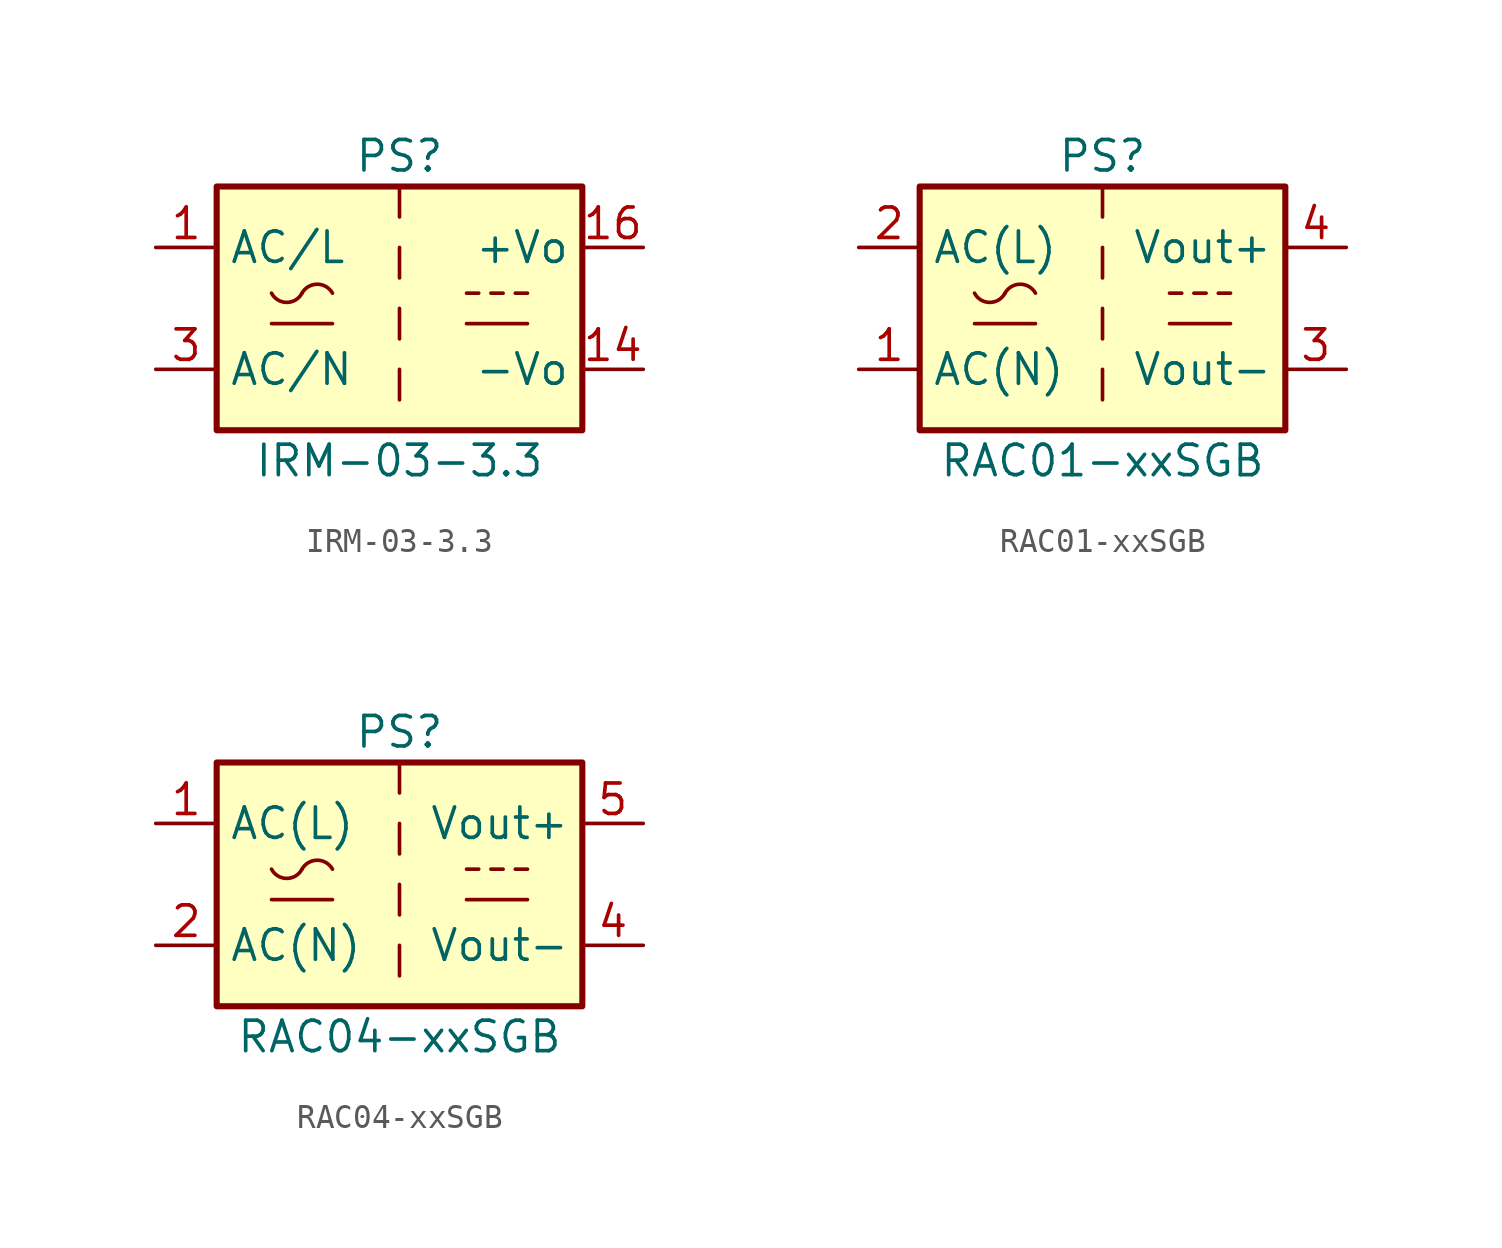
<source format=kicad_sym>
(kicad_symbol_lib
  (version 20211014)
  (generator kicad_symbol_editor)
  (symbol "IRM-03-3.3"
    (property "Reference" "PS"
      (at 0 6.35 0)
      (effects (font (size 1.27 1.27))))
    (property "Value" "IRM-03-3.3"
      (at 0 -6.35 0)
      (effects (font (size 1.27 1.27))))
    (symbol "IRM-03-3.3_0_1"
      (rectangle (start -7.62 5.08) (end 7.62 -5.08) (stroke (width 0.254) (type default) (color 0 0 0 0)) (fill (type background)))
      (arc (start -5.334 0.635) (mid -4.699 0.2495) (end -4.064 0.635) (stroke (width 0) (type default) (color 0 0 0 0)) (fill (type none)))
      (arc (start -2.794 0.635) (mid -3.429 1.0072) (end -4.064 0.635) (stroke (width 0) (type default) (color 0 0 0 0)) (fill (type none)))
      (polyline (pts (xy -5.334 -0.635) (xy -2.794 -0.635)) (stroke (width 0) (type default) (color 0 0 0 0)) (fill (type none)))
      (polyline (pts (xy 0 -2.54) (xy 0 -3.81)) (stroke (width 0) (type default) (color 0 0 0 0)) (fill (type none)))
      (polyline (pts (xy 0 0) (xy 0 -1.27)) (stroke (width 0) (type default) (color 0 0 0 0)) (fill (type none)))
      (polyline (pts (xy 0 2.54) (xy 0 1.27)) (stroke (width 0) (type default) (color 0 0 0 0)) (fill (type none)))
      (polyline (pts (xy 0 5.08) (xy 0 3.81)) (stroke (width 0) (type default) (color 0 0 0 0)) (fill (type none)))
      (polyline (pts (xy 2.794 -0.635) (xy 5.334 -0.635)) (stroke (width 0) (type default) (color 0 0 0 0)) (fill (type none)))
      (polyline (pts (xy 2.794 0.635) (xy 3.302 0.635)) (stroke (width 0) (type default) (color 0 0 0 0)) (fill (type none)))
      (polyline (pts (xy 3.81 0.635) (xy 4.318 0.635)) (stroke (width 0) (type default) (color 0 0 0 0)) (fill (type none)))
      (polyline (pts (xy 4.826 0.635) (xy 5.334 0.635)) (stroke (width 0) (type default) (color 0 0 0 0)) (fill (type none))))
    (symbol "IRM-03-3.3_1_1"
      (pin power_in line (at -10.16 2.54 0) (length 2.54) (name "AC/L" (effects (font (size 1.27 1.27)))) (number "1" (effects (font (size 1.27 1.27)))))
      (pin power_out line (at 10.16 -2.54 180) (length 2.54) (name "-Vo" (effects (font (size 1.27 1.27)))) (number "14" (effects (font (size 1.27 1.27)))))
      (pin power_out line (at 10.16 2.54 180) (length 2.54) (name "+Vo" (effects (font (size 1.27 1.27)))) (number "16" (effects (font (size 1.27 1.27)))))
      (pin power_in line (at -10.16 -2.54 0) (length 2.54) (name "AC/N" (effects (font (size 1.27 1.27)))) (number "3" (effects (font (size 1.27 1.27)))))
      (pin no_connect line (at -7.62 0 0) (length 2.54) hide (name "5" (effects (font (size 1.27 1.27)))) (number "NC" (effects (font (size 1.27 1.27)))))))
  (symbol "RAC01-xxSGB"
    (property "Reference" "PS"
      (at 0 6.35 0)
      (effects (font (size 1.27 1.27))))
    (property "Value" "RAC01-xxSGB"
      (at 0 -6.35 0)
      (effects (font (size 1.27 1.27))))
    (symbol "RAC01-xxSGB_1_1"
      (rectangle (start -7.62 5.08) (end 7.62 -5.08) (stroke (width 0.254) (type default) (color 0 0 0 0)) (fill (type background)))
      (arc (start -5.334 0.635) (mid -4.699 0.2495) (end -4.064 0.635) (stroke (width 0) (type default) (color 0 0 0 0)) (fill (type none)))
      (arc (start -2.794 0.635) (mid -3.429 1.0072) (end -4.064 0.635) (stroke (width 0) (type default) (color 0 0 0 0)) (fill (type none)))
      (polyline (pts (xy -5.334 -0.635) (xy -2.794 -0.635)) (stroke (width 0) (type default) (color 0 0 0 0)) (fill (type none)))
      (polyline (pts (xy 0 -2.54) (xy 0 -3.81)) (stroke (width 0) (type default) (color 0 0 0 0)) (fill (type none)))
      (polyline (pts (xy 0 0) (xy 0 -1.27)) (stroke (width 0) (type default) (color 0 0 0 0)) (fill (type none)))
      (polyline (pts (xy 0 2.54) (xy 0 1.27)) (stroke (width 0) (type default) (color 0 0 0 0)) (fill (type none)))
      (polyline (pts (xy 0 5.08) (xy 0 3.81)) (stroke (width 0) (type default) (color 0 0 0 0)) (fill (type none)))
      (polyline (pts (xy 2.794 -0.635) (xy 5.334 -0.635)) (stroke (width 0) (type default) (color 0 0 0 0)) (fill (type none)))
      (polyline (pts (xy 2.794 0.635) (xy 3.302 0.635)) (stroke (width 0) (type default) (color 0 0 0 0)) (fill (type none)))
      (polyline (pts (xy 3.81 0.635) (xy 4.318 0.635)) (stroke (width 0) (type default) (color 0 0 0 0)) (fill (type none)))
      (polyline (pts (xy 4.826 0.635) (xy 5.334 0.635)) (stroke (width 0) (type default) (color 0 0 0 0)) (fill (type none)))
      (pin power_in line (at -10.16 -2.54 0) (length 2.54) (name "AC(N)" (effects (font (size 1.27 1.27)))) (number "1" (effects (font (size 1.27 1.27)))))
      (pin power_in line (at -10.16 2.54 0) (length 2.54) (name "AC(L)" (effects (font (size 1.27 1.27)))) (number "2" (effects (font (size 1.27 1.27)))))
      (pin power_out line (at 10.16 -2.54 180) (length 2.54) (name "Vout-" (effects (font (size 1.27 1.27)))) (number "3" (effects (font (size 1.27 1.27)))))
      (pin power_out line (at 10.16 2.54 180) (length 2.54) (name "Vout+" (effects (font (size 1.27 1.27)))) (number "4" (effects (font (size 1.27 1.27)))))))
  (symbol "RAC04-xxSGB"
    (property "Reference" "PS"
      (at 0 6.35 0)
      (effects (font (size 1.27 1.27))))
    (property "Value" "RAC04-xxSGB"
      (at 0 -6.35 0)
      (effects (font (size 1.27 1.27))))
    (symbol "RAC04-xxSGB_1_1"
      (rectangle (start -7.62 5.08) (end 7.62 -5.08) (stroke (width 0.254) (type default) (color 0 0 0 0)) (fill (type background)))
      (arc (start -5.334 0.635) (mid -4.699 0.2495) (end -4.064 0.635) (stroke (width 0) (type default) (color 0 0 0 0)) (fill (type none)))
      (arc (start -2.794 0.635) (mid -3.429 1.0072) (end -4.064 0.635) (stroke (width 0) (type default) (color 0 0 0 0)) (fill (type none)))
      (polyline (pts (xy -5.334 -0.635) (xy -2.794 -0.635)) (stroke (width 0) (type default) (color 0 0 0 0)) (fill (type none)))
      (polyline (pts (xy 0 -2.54) (xy 0 -3.81)) (stroke (width 0) (type default) (color 0 0 0 0)) (fill (type none)))
      (polyline (pts (xy 0 0) (xy 0 -1.27)) (stroke (width 0) (type default) (color 0 0 0 0)) (fill (type none)))
      (polyline (pts (xy 0 2.54) (xy 0 1.27)) (stroke (width 0) (type default) (color 0 0 0 0)) (fill (type none)))
      (polyline (pts (xy 0 5.08) (xy 0 3.81)) (stroke (width 0) (type default) (color 0 0 0 0)) (fill (type none)))
      (polyline (pts (xy 2.794 -0.635) (xy 5.334 -0.635)) (stroke (width 0) (type default) (color 0 0 0 0)) (fill (type none)))
      (polyline (pts (xy 2.794 0.635) (xy 3.302 0.635)) (stroke (width 0) (type default) (color 0 0 0 0)) (fill (type none)))
      (polyline (pts (xy 3.81 0.635) (xy 4.318 0.635)) (stroke (width 0) (type default) (color 0 0 0 0)) (fill (type none)))
      (polyline (pts (xy 4.826 0.635) (xy 5.334 0.635)) (stroke (width 0) (type default) (color 0 0 0 0)) (fill (type none)))
      (pin power_in line (at -10.16 2.54 0) (length 2.54) (name "AC(L)" (effects (font (size 1.27 1.27)))) (number "1" (effects (font (size 1.27 1.27)))))
      (pin power_in line (at -10.16 -2.54 0) (length 2.54) (name "AC(N)" (effects (font (size 1.27 1.27)))) (number "2" (effects (font (size 1.27 1.27)))))
      (pin no_connect line (at 7.62 0 180) (length 2.54) hide (name "NC" (effects (font (size 1.27 1.27)))) (number "3" (effects (font (size 1.27 1.27)))))
      (pin power_out line (at 10.16 -2.54 180) (length 2.54) (name "Vout-" (effects (font (size 1.27 1.27)))) (number "4" (effects (font (size 1.27 1.27)))))
      (pin power_out line (at 10.16 2.54 180) (length 2.54) (name "Vout+" (effects (font (size 1.27 1.27)))) (number "5" (effects (font (size 1.27 1.27))))))))
</source>
